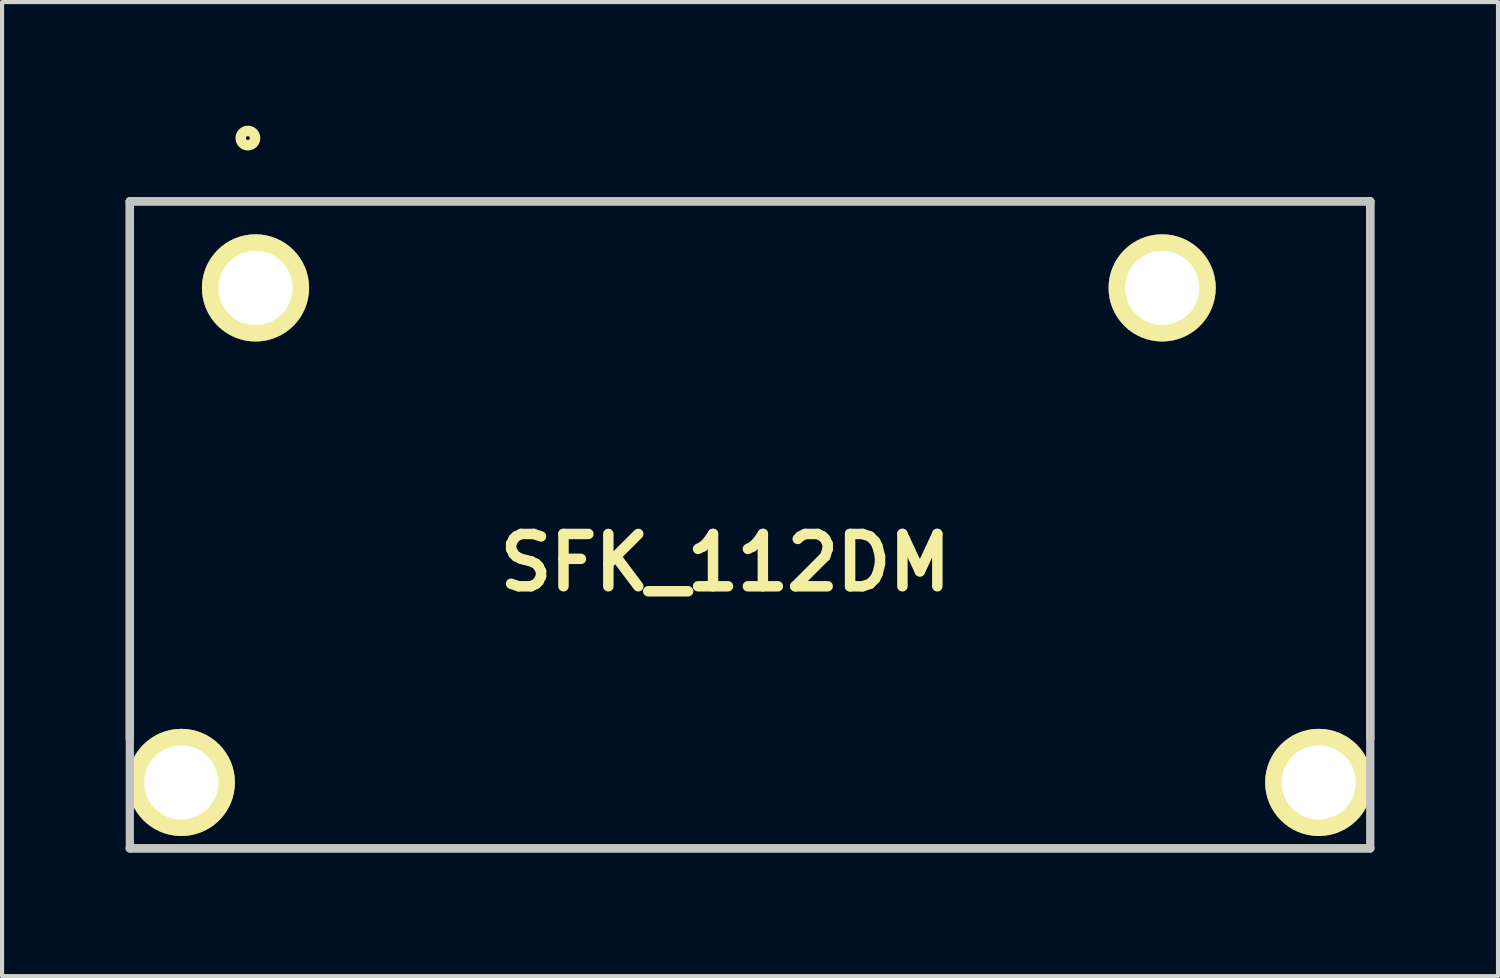
<source format=kicad_pcb>
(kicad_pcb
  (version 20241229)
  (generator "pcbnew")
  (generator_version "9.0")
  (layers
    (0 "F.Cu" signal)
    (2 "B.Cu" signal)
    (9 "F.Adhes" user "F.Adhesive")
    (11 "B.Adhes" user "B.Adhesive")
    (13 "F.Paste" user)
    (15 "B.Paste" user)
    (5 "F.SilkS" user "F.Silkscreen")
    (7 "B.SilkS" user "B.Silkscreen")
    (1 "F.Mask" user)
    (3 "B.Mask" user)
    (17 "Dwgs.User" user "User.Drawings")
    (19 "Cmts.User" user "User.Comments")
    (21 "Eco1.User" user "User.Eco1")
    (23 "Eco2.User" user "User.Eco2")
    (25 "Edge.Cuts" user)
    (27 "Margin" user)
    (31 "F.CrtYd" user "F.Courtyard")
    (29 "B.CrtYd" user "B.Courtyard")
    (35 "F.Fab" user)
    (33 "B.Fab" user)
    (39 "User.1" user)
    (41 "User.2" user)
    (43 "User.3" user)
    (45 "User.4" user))
  (footprint "SFK_112DM"
    (layer "F.Cu")
    (at 15.15 1.836)
    (property "Reference" "SFK_112DM" (at -0.596 8.766 0) (layer "F.SilkS") (effects (font (size 1.27 1.27) (thickness 0.254))))
    (attr through_hole)
    (fp_line (start -15.05 0) (end -15.05 13.048) (stroke (width 0.2) (type solid)) (layer "F.SilkS"))
    (fp_line (start -15.05 0) (end 15.05 0) (stroke (width 0.2) (type solid)) (layer "F.SilkS"))
    (fp_line (start -15.05 15.7) (end 15.05 15.7) (stroke (width 0.2) (type solid)) (layer "F.SilkS"))
    (fp_line (start 15.05 0) (end 15.05 13.048) (stroke (width 0.2) (type solid)) (layer "F.SilkS"))
    (fp_circle (center -12.185 -1.535) (end -12.359 -1.535) (stroke (width 0.254) (type solid)) (fill no) (layer "F.SilkS"))
    (fp_line (start -15.05 0) (end 15.05 0) (stroke (width 0.2) (type solid)) (layer "Dwgs.User"))
    (fp_line (start -15.05 15.7) (end -15.05 0) (stroke (width 0.2) (type solid)) (layer "Dwgs.User"))
    (fp_line (start 15.05 0) (end 15.05 15.7) (stroke (width 0.2) (type solid)) (layer "Dwgs.User"))
    (fp_line (start 15.05 15.7) (end -15.05 15.7) (stroke (width 0.2) (type solid)) (layer "Dwgs.User"))
    (pad "1" thru_hole circle (at -12 2.1 90) (size 2.6 2.6) (drill 1.8) (layers "*.Cu" "*.Mask" "F.SilkS"))
    (pad "2" thru_hole circle (at 10 2.1 90) (size 2.6 2.6) (drill 1.8) (layers "*.Cu" "*.Mask" "F.SilkS"))
    (pad "3" thru_hole circle (at 13.8 14.1 90) (size 2.6 2.6) (drill 1.8) (layers "*.Cu" "*.Mask" "F.SilkS"))
    (pad "4" thru_hole circle (at -13.8 14.1 90) (size 2.6 2.6) (drill 1.8) (layers "*.Cu" "*.Mask" "F.SilkS")))
  (gr_rect
    (start -3 -3)
    (end 33.3 20.636)
    (stroke (width 0.1) (type default))
    (fill no)
    (layer "Edge.Cuts")))
</source>
